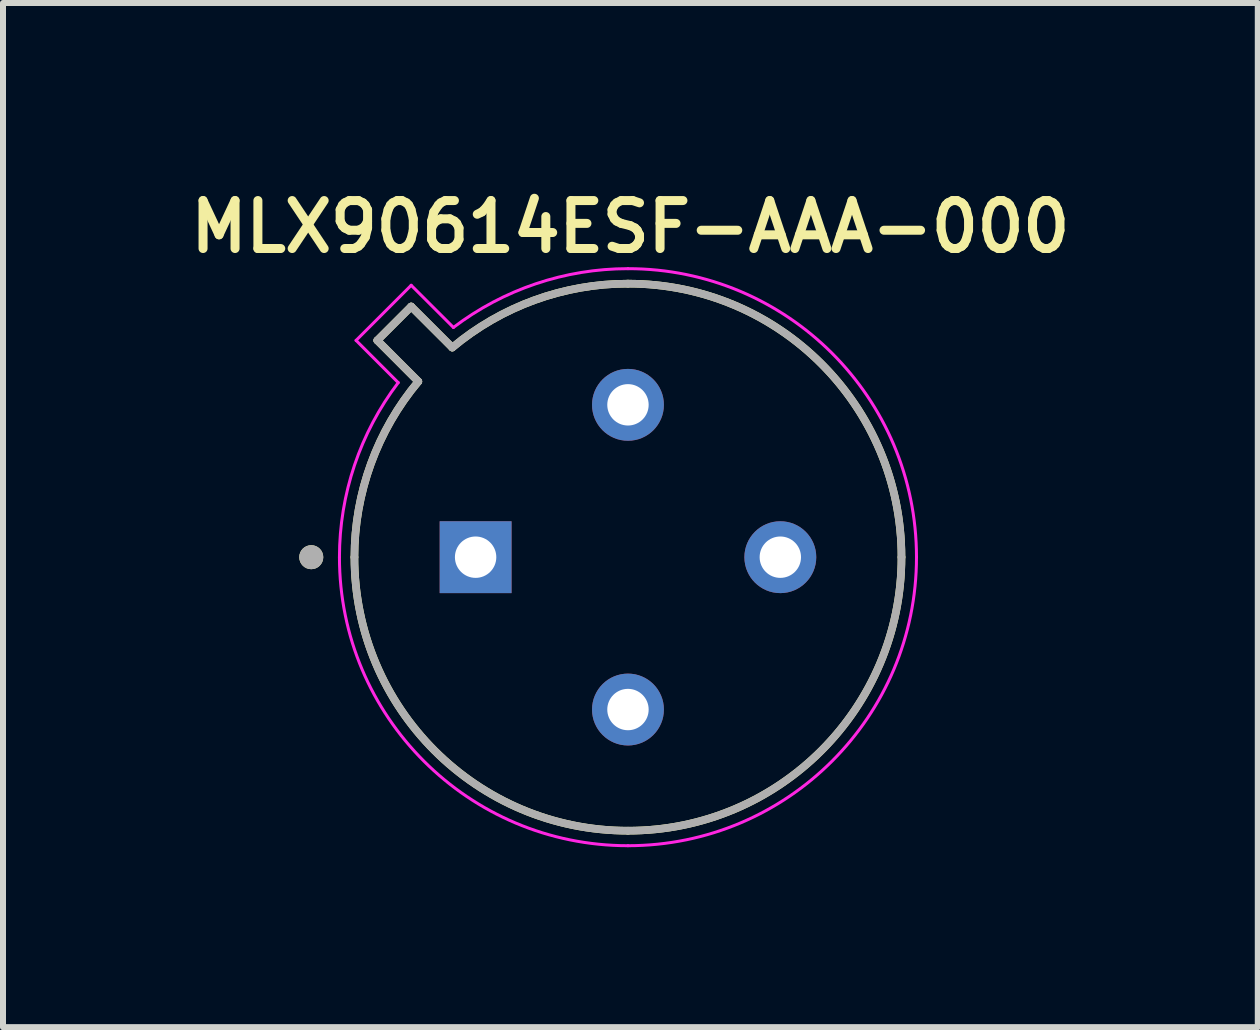
<source format=kicad_pcb>
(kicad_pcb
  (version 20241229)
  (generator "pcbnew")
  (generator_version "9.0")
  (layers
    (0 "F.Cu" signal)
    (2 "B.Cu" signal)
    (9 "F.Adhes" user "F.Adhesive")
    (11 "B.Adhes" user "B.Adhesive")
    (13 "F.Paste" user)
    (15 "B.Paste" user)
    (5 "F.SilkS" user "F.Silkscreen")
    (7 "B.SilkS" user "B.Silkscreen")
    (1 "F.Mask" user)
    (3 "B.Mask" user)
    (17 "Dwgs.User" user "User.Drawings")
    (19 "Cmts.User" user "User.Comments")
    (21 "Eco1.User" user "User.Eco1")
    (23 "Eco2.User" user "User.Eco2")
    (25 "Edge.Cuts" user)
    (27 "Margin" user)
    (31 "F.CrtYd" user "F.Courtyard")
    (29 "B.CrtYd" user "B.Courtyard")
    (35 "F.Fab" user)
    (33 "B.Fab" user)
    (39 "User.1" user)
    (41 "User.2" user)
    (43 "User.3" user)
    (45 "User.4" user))
  (footprint "MLX90614ESF-AAA-000"
    (layer "F.Cu")
    (at 7.419 6.239)
    (property "Reference" "MLX90614ESF-AAA-000" (at 0.04 -5.508 0) (layer "F.SilkS") (effects (font (size 0.8 0.8) (thickness 0.15))))
    (attr through_hole)
    (fp_line (start -4.179 -3.614) (end -3.495 -2.929) (stroke (width 0.127) (type solid)) (layer "F.SilkS"))
    (fp_line (start -3.614 -4.179) (end -4.179 -3.614) (stroke (width 0.127) (type solid)) (layer "F.SilkS"))
    (fp_line (start -2.929 -3.495) (end -3.614 -4.179) (stroke (width 0.127) (type solid)) (layer "F.SilkS"))
    (fp_arc (start -4.56 0) (mid -4.285439 -1.558397) (end -3.49482 -2.92913) (stroke (width 0.127) (type solid)) (layer "F.SilkS"))
    (fp_arc (start -2.92913 -3.49482) (mid -1.558397 -4.285439) (end 0 -4.56) (stroke (width 0.127) (type solid)) (layer "F.SilkS"))
    (fp_arc (start 0 -4.56) (mid 3.224407 -3.224407) (end 4.56 0) (stroke (width 0.127) (type solid)) (layer "F.SilkS"))
    (fp_arc (start 0 4.56) (mid -3.224407 3.224407) (end -4.56 0) (stroke (width 0.127) (type solid)) (layer "F.SilkS"))
    (fp_arc (start 4.56 0) (mid 3.224407 3.224407) (end 0 4.56) (stroke (width 0.127) (type solid)) (layer "F.SilkS"))
    (fp_circle (center -5.28 0) (end -5.18 0) (stroke (width 0.2) (type solid)) (fill no) (layer "F.SilkS"))
    (fp_line (start -4.533 -3.614) (end -3.614 -4.533) (stroke (width 0.05) (type solid)) (layer "F.CrtYd"))
    (fp_line (start -3.83 -2.91) (end -4.533 -3.614) (stroke (width 0.05) (type solid)) (layer "F.CrtYd"))
    (fp_line (start -3.614 -4.533) (end -2.91 -3.83) (stroke (width 0.05) (type solid)) (layer "F.CrtYd"))
    (fp_arc (start -4.81 0) (mid -4.558315 -1.535532) (end -3.8296 -2.91037) (stroke (width 0.05) (type solid)) (layer "F.CrtYd"))
    (fp_arc (start -2.91037 -3.8296) (mid -1.535532 -4.558315) (end 0 -4.81) (stroke (width 0.05) (type solid)) (layer "F.CrtYd"))
    (fp_arc (start 0 -4.81) (mid 3.401184 -3.401184) (end 4.81 0) (stroke (width 0.05) (type solid)) (layer "F.CrtYd"))
    (fp_arc (start 0 4.81) (mid -3.401184 3.401184) (end -4.81 0) (stroke (width 0.05) (type solid)) (layer "F.CrtYd"))
    (fp_arc (start 4.81 0) (mid 3.401184 3.401184) (end 0 4.81) (stroke (width 0.05) (type solid)) (layer "F.CrtYd"))
    (fp_line (start -4.179 -3.614) (end -3.495 -2.929) (stroke (width 0.127) (type solid)) (layer "F.Fab"))
    (fp_line (start -3.614 -4.179) (end -4.179 -3.614) (stroke (width 0.127) (type solid)) (layer "F.Fab"))
    (fp_line (start -2.929 -3.495) (end -3.614 -4.179) (stroke (width 0.127) (type solid)) (layer "F.Fab"))
    (fp_arc (start -4.56 0) (mid -4.285439 -1.558397) (end -3.49482 -2.92913) (stroke (width 0.127) (type solid)) (layer "F.Fab"))
    (fp_arc (start -2.92913 -3.49482) (mid -1.558397 -4.285439) (end 0 -4.56) (stroke (width 0.127) (type solid)) (layer "F.Fab"))
    (fp_arc (start 0 -4.56) (mid 3.224407 -3.224407) (end 4.56 0) (stroke (width 0.127) (type solid)) (layer "F.Fab"))
    (fp_arc (start 0 4.56) (mid -3.224407 3.224407) (end -4.56 0) (stroke (width 0.127) (type solid)) (layer "F.Fab"))
    (fp_arc (start 4.56 0) (mid 3.224407 3.224407) (end 0 4.56) (stroke (width 0.127) (type solid)) (layer "F.Fab"))
    (fp_circle (center -5.28 0) (end -5.18 0) (stroke (width 0.2) (type solid)) (fill no) (layer "F.Fab"))
    (pad "1" thru_hole rect (at -2.54 0) (size 1.198 1.198) (drill 0.69) (layers "*.Cu" "*.Mask"))
    (pad "2" thru_hole circle (at 0 2.54) (size 1.198 1.198) (drill 0.69) (layers "*.Cu" "*.Mask"))
    (pad "3" thru_hole circle (at 2.54 0) (size 1.198 1.198) (drill 0.69) (layers "*.Cu" "*.Mask"))
    (pad "4" thru_hole circle (at 0 -2.54) (size 1.198 1.198) (drill 0.69) (layers "*.Cu" "*.Mask")))
  (gr_rect
    (start -3 -3)
    (end 17.919 14.074)
    (stroke (width 0.1) (type default))
    (fill no)
    (layer "Edge.Cuts")))
</source>
